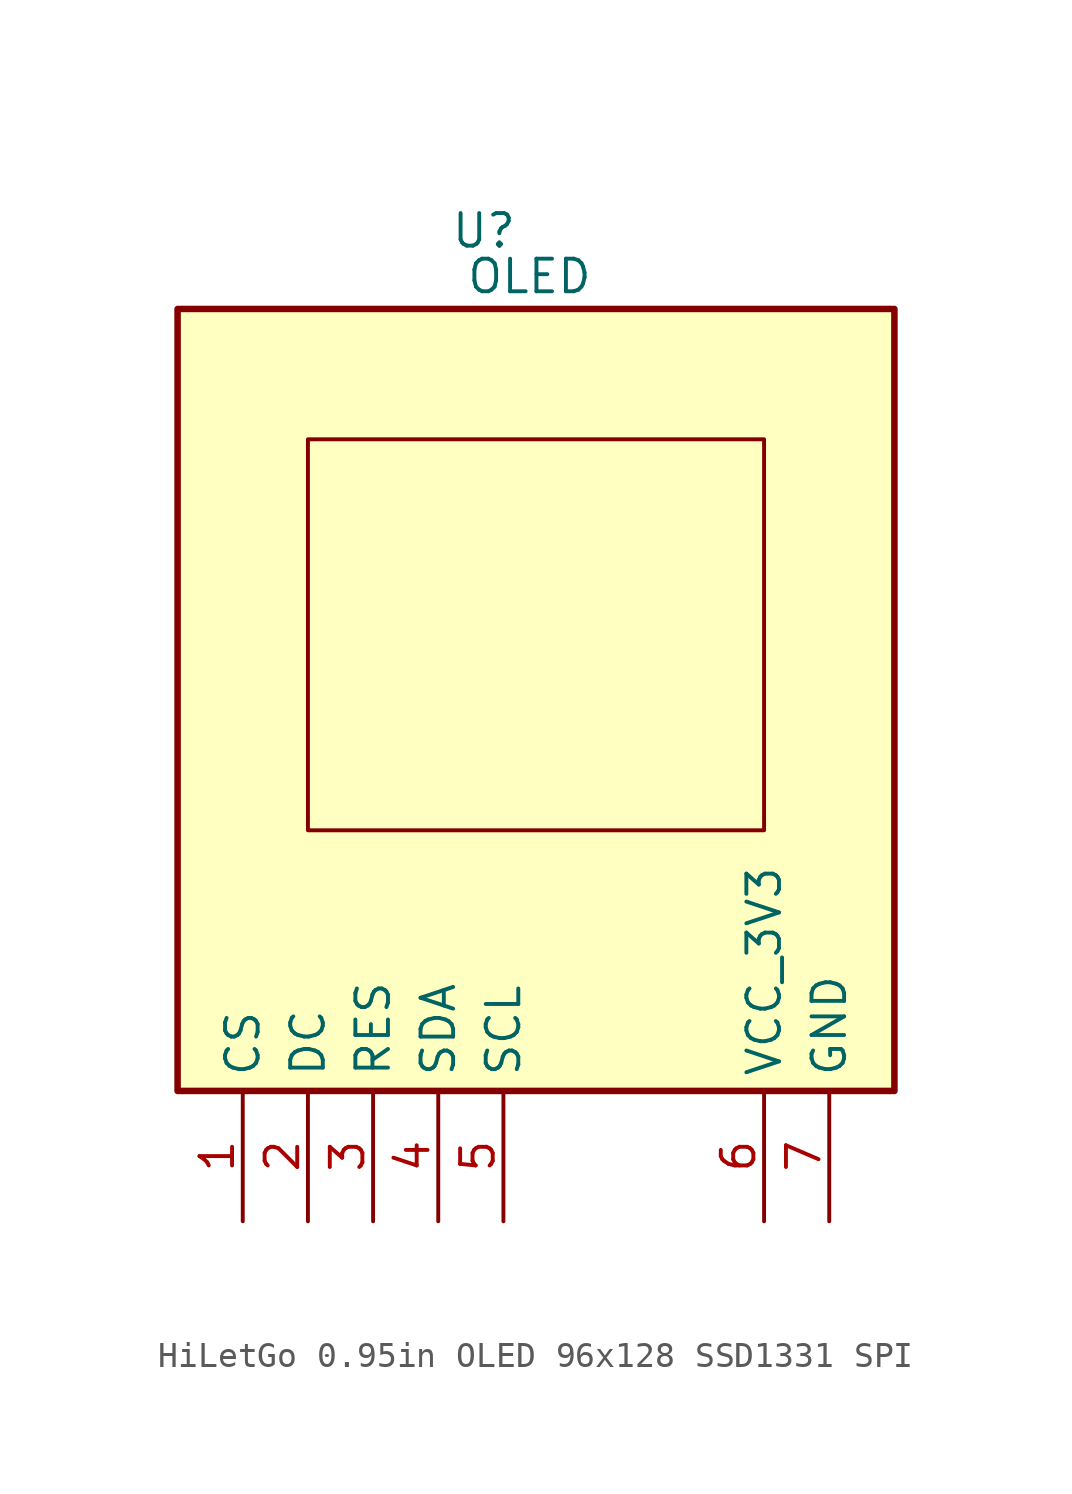
<source format=kicad_sym>
(kicad_symbol_lib
  (version 20231120)
  (generator "kicad_symbol_editor")
  (generator_version "8.0")
  (symbol "HiLetGo 0.95in OLED 96x128 SSD1331 SPI"
    (property "Reference" "U"
      (at 11.938 3.048 0)
      (effects (font (size 1.27 1.27))))
    (property "Value" "OLED"
      (at 13.716 1.27 0)
      (effects (font (size 1.27 1.27))))
    (symbol "HiLetGo 0.95in OLED 96x128 SSD1331 SPI_0_1"
      (rectangle (start 5.08 -5.08) (end 22.86 -20.32) (stroke (width 0) (type default)) (fill (type none))))
    (symbol "HiLetGo 0.95in OLED 96x128 SSD1331 SPI_1_1"
      (rectangle (start 0 0) (end 27.94 -30.48) (stroke (width 0.254) (type default)) (fill (type background)))
      (pin passive line (at 2.54 -35.56 90) (length 5.08) (name "CS" (effects (font (size 1.27 1.27)))) (number "1" (effects (font (size 1.27 1.27)))))
      (pin passive line (at 5.08 -35.56 90) (length 5.08) (name "DC" (effects (font (size 1.27 1.27)))) (number "2" (effects (font (size 1.27 1.27)))))
      (pin passive line (at 7.62 -35.56 90) (length 5.08) (name "RES" (effects (font (size 1.27 1.27)))) (number "3" (effects (font (size 1.27 1.27)))))
      (pin passive line (at 10.16 -35.56 90) (length 5.08) (name "SDA" (effects (font (size 1.27 1.27)))) (number "4" (effects (font (size 1.27 1.27)))))
      (pin passive line (at 12.7 -35.56 90) (length 5.08) (name "SCL" (effects (font (size 1.27 1.27)))) (number "5" (effects (font (size 1.27 1.27)))))
      (pin power_in line (at 22.86 -35.56 90) (length 5.08) (name "VCC_3V3" (effects (font (size 1.27 1.27)))) (number "6" (effects (font (size 1.27 1.27)))))
      (pin power_in line (at 25.4 -35.56 90) (length 5.08) (name "GND" (effects (font (size 1.27 1.27)))) (number "7" (effects (font (size 1.27 1.27))))))))
</source>
